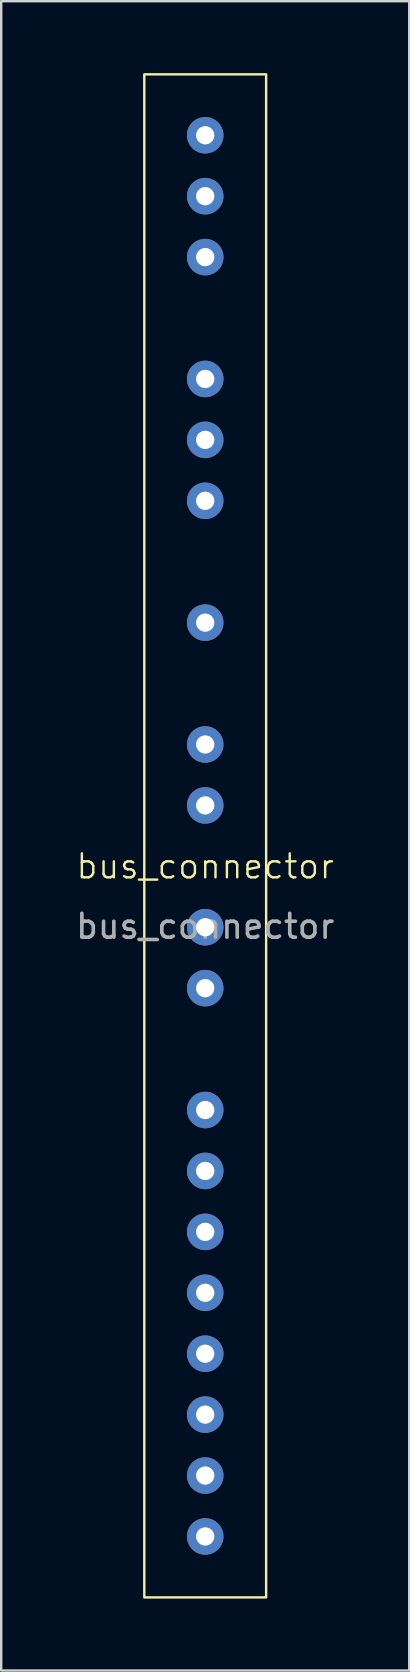
<source format=kicad_pcb>
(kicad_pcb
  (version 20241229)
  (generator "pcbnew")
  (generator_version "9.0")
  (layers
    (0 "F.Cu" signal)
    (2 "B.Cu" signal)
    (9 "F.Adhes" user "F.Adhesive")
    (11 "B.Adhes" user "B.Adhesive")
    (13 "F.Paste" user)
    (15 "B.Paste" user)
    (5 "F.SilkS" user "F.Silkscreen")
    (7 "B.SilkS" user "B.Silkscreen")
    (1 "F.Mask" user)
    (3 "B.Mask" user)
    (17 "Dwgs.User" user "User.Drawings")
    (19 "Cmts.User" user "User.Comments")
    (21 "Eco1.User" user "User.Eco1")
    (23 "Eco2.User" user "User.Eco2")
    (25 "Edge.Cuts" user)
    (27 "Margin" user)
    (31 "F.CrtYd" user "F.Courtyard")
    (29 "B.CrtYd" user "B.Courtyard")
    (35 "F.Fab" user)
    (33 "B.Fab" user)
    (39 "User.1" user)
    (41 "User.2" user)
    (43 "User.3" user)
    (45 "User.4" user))
  (footprint "bus_connector"
    (layer "F.Cu")
    (at 5.506 33.07)
    (property "Reference" "bus_connector" (at 0 0 0) (unlocked yes) (layer "F.SilkS") (effects (font (size 1 1) (thickness 0.1))))
    (attr through_hole)
    (fp_rect (start -2.54 -33.02) (end 2.54 30.48) (stroke (width 0.1) (type default)) (fill no) (layer "F.SilkS"))
    (fp_text user "${REFERENCE}" (at 0 2.5 0) (unlocked yes) (layer "F.Fab") (effects (font (size 1 1) (thickness 0.15))))
    (pad "1" thru_hole circle (at 0 -30.48) (size 1.524 1.524) (drill 0.762) (layers "*.Cu" "*.Mask"))
    (pad "2" thru_hole circle (at 0 -27.94) (size 1.524 1.524) (drill 0.762) (layers "*.Cu" "*.Mask"))
    (pad "3" thru_hole circle (at 0 -25.4) (size 1.524 1.524) (drill 0.762) (layers "*.Cu" "*.Mask"))
    (pad "4" thru_hole circle (at 0 -20.32) (size 1.524 1.524) (drill 0.762) (layers "*.Cu" "*.Mask"))
    (pad "5" thru_hole circle (at 0 -17.78) (size 1.524 1.524) (drill 0.762) (layers "*.Cu" "*.Mask"))
    (pad "6" thru_hole circle (at 0 -15.24) (size 1.524 1.524) (drill 0.762) (layers "*.Cu" "*.Mask"))
    (pad "7" thru_hole circle (at 0 -10.16) (size 1.524 1.524) (drill 0.762) (layers "*.Cu" "*.Mask"))
    (pad "8" thru_hole circle (at 0 -5.08) (size 1.524 1.524) (drill 0.762) (layers "*.Cu" "*.Mask"))
    (pad "9" thru_hole circle (at 0 -2.54) (size 1.524 1.524) (drill 0.762) (layers "*.Cu" "*.Mask"))
    (pad "10" thru_hole circle (at 0 2.54) (size 1.524 1.524) (drill 0.762) (layers "*.Cu" "*.Mask"))
    (pad "11" thru_hole circle (at 0 5.08) (size 1.524 1.524) (drill 0.762) (layers "*.Cu" "*.Mask"))
    (pad "12" thru_hole circle (at 0 10.16) (size 1.524 1.524) (drill 0.762) (layers "*.Cu" "*.Mask"))
    (pad "13" thru_hole circle (at 0 12.7) (size 1.524 1.524) (drill 0.762) (layers "*.Cu" "*.Mask"))
    (pad "14" thru_hole circle (at 0 15.24) (size 1.524 1.524) (drill 0.762) (layers "*.Cu" "*.Mask"))
    (pad "15" thru_hole circle (at 0 17.78) (size 1.524 1.524) (drill 0.762) (layers "*.Cu" "*.Mask"))
    (pad "16" thru_hole circle (at 0 20.32) (size 1.524 1.524) (drill 0.762) (layers "*.Cu" "*.Mask"))
    (pad "17" thru_hole circle (at 0 22.86) (size 1.524 1.524) (drill 0.762) (layers "*.Cu" "*.Mask"))
    (pad "18" thru_hole circle (at 0 25.4) (size 1.524 1.524) (drill 0.762) (layers "*.Cu" "*.Mask"))
    (pad "19" thru_hole circle (at 0 27.94) (size 1.524 1.524) (drill 0.762) (layers "*.Cu" "*.Mask")))
  (gr_rect
    (start -3 -3)
    (end 14.012 66.6)
    (stroke (width 0.1) (type default))
    (fill no)
    (layer "Edge.Cuts")))
</source>
